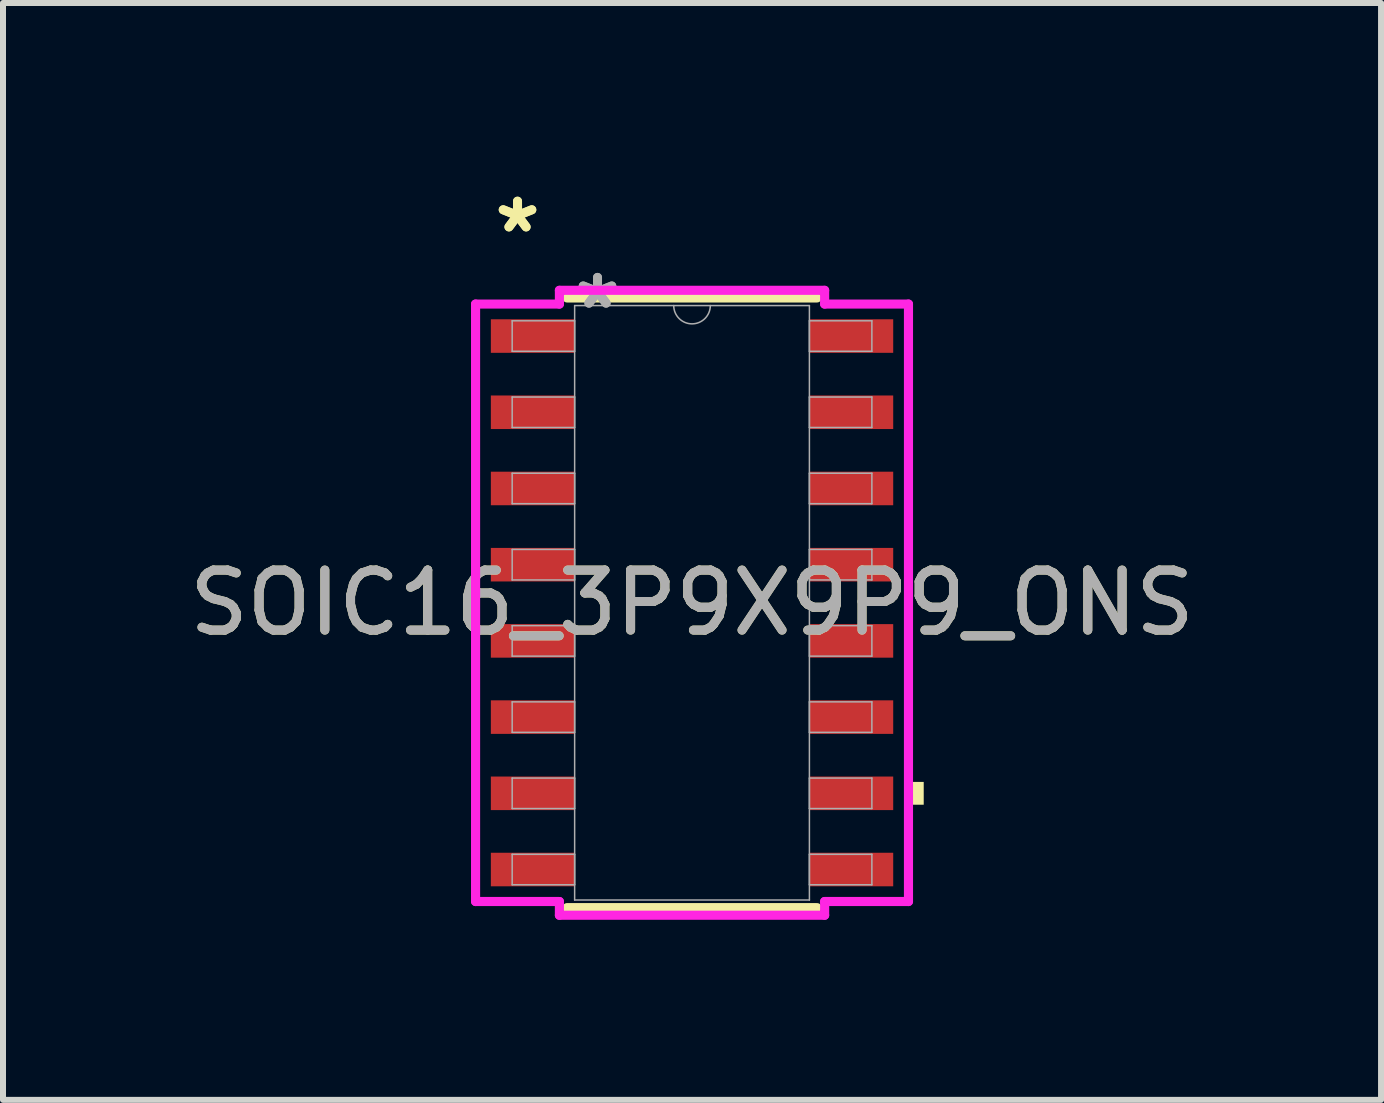
<source format=kicad_pcb>
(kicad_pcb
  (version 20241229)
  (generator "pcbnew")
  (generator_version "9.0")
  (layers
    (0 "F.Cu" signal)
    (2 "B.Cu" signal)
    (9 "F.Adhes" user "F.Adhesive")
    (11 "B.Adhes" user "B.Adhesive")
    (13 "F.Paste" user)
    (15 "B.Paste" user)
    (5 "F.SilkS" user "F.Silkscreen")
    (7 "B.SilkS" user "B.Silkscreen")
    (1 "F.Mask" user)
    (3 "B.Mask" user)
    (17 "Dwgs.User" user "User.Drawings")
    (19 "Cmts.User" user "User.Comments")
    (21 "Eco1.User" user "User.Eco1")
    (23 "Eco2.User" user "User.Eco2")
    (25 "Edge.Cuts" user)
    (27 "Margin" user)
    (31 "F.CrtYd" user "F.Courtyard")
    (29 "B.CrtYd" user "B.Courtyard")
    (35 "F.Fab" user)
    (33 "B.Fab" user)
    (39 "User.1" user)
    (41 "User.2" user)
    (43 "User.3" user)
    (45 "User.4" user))
  (footprint "SOIC16_3P9X9P9_ONS"
    (layer "F.Cu")
    (at 8.482 6.995)
    (property "Reference" "SOIC16_3P9X9P9_ONS" (at 0 0 0) (unlocked yes) (layer "F.SilkS") (effects (font (size 1 1) (thickness 0.15))))
    (attr smd)
    (fp_line (start -2.083 5.08) (end 2.083 5.08) (stroke (width 0.152) (type solid)) (layer "F.SilkS"))
    (fp_line (start 2.083 -5.08) (end -2.083 -5.08) (stroke (width 0.152) (type solid)) (layer "F.SilkS"))
    (fp_poly (pts (xy 3.861 2.985) (xy 3.861 3.365) (xy 3.607 3.365) (xy 3.607 2.985)) (stroke (width 0) (type solid)) (fill yes) (layer "F.SilkS"))
    (fp_line (start -3.607 -4.978) (end -2.21 -4.978) (stroke (width 0.152) (type solid)) (layer "F.CrtYd"))
    (fp_line (start -3.607 4.978) (end -3.607 -4.978) (stroke (width 0.152) (type solid)) (layer "F.CrtYd"))
    (fp_line (start -3.607 4.978) (end -2.21 4.978) (stroke (width 0.152) (type solid)) (layer "F.CrtYd"))
    (fp_line (start -2.21 -5.207) (end 2.21 -5.207) (stroke (width 0.152) (type solid)) (layer "F.CrtYd"))
    (fp_line (start -2.21 -4.978) (end -2.21 -5.207) (stroke (width 0.152) (type solid)) (layer "F.CrtYd"))
    (fp_line (start -2.21 5.207) (end -2.21 4.978) (stroke (width 0.152) (type solid)) (layer "F.CrtYd"))
    (fp_line (start 2.21 -5.207) (end 2.21 -4.978) (stroke (width 0.152) (type solid)) (layer "F.CrtYd"))
    (fp_line (start 2.21 4.978) (end 2.21 5.207) (stroke (width 0.152) (type solid)) (layer "F.CrtYd"))
    (fp_line (start 2.21 5.207) (end -2.21 5.207) (stroke (width 0.152) (type solid)) (layer "F.CrtYd"))
    (fp_line (start 3.607 -4.978) (end 2.21 -4.978) (stroke (width 0.152) (type solid)) (layer "F.CrtYd"))
    (fp_line (start 3.607 -4.978) (end 3.607 4.978) (stroke (width 0.152) (type solid)) (layer "F.CrtYd"))
    (fp_line (start 3.607 4.978) (end 2.21 4.978) (stroke (width 0.152) (type solid)) (layer "F.CrtYd"))
    (fp_line (start -2.997 -4.699) (end -2.997 -4.191) (stroke (width 0.025) (type solid)) (layer "F.Fab"))
    (fp_line (start -2.997 -4.191) (end -1.956 -4.191) (stroke (width 0.025) (type solid)) (layer "F.Fab"))
    (fp_line (start -2.997 -3.429) (end -2.997 -2.921) (stroke (width 0.025) (type solid)) (layer "F.Fab"))
    (fp_line (start -2.997 -2.921) (end -1.956 -2.921) (stroke (width 0.025) (type solid)) (layer "F.Fab"))
    (fp_line (start -2.997 -2.159) (end -2.997 -1.651) (stroke (width 0.025) (type solid)) (layer "F.Fab"))
    (fp_line (start -2.997 -1.651) (end -1.956 -1.651) (stroke (width 0.025) (type solid)) (layer "F.Fab"))
    (fp_line (start -2.997 -0.889) (end -2.997 -0.381) (stroke (width 0.025) (type solid)) (layer "F.Fab"))
    (fp_line (start -2.997 -0.381) (end -1.956 -0.381) (stroke (width 0.025) (type solid)) (layer "F.Fab"))
    (fp_line (start -2.997 0.381) (end -2.997 0.889) (stroke (width 0.025) (type solid)) (layer "F.Fab"))
    (fp_line (start -2.997 0.889) (end -1.956 0.889) (stroke (width 0.025) (type solid)) (layer "F.Fab"))
    (fp_line (start -2.997 1.651) (end -2.997 2.159) (stroke (width 0.025) (type solid)) (layer "F.Fab"))
    (fp_line (start -2.997 2.159) (end -1.956 2.159) (stroke (width 0.025) (type solid)) (layer "F.Fab"))
    (fp_line (start -2.997 2.921) (end -2.997 3.429) (stroke (width 0.025) (type solid)) (layer "F.Fab"))
    (fp_line (start -2.997 3.429) (end -1.956 3.429) (stroke (width 0.025) (type solid)) (layer "F.Fab"))
    (fp_line (start -2.997 4.191) (end -2.997 4.699) (stroke (width 0.025) (type solid)) (layer "F.Fab"))
    (fp_line (start -2.997 4.699) (end -1.956 4.699) (stroke (width 0.025) (type solid)) (layer "F.Fab"))
    (fp_line (start -1.956 -4.953) (end -1.956 4.953) (stroke (width 0.025) (type solid)) (layer "F.Fab"))
    (fp_line (start -1.956 -4.699) (end -2.997 -4.699) (stroke (width 0.025) (type solid)) (layer "F.Fab"))
    (fp_line (start -1.956 -4.191) (end -1.956 -4.699) (stroke (width 0.025) (type solid)) (layer "F.Fab"))
    (fp_line (start -1.956 -3.429) (end -2.997 -3.429) (stroke (width 0.025) (type solid)) (layer "F.Fab"))
    (fp_line (start -1.956 -2.921) (end -1.956 -3.429) (stroke (width 0.025) (type solid)) (layer "F.Fab"))
    (fp_line (start -1.956 -2.159) (end -2.997 -2.159) (stroke (width 0.025) (type solid)) (layer "F.Fab"))
    (fp_line (start -1.956 -1.651) (end -1.956 -2.159) (stroke (width 0.025) (type solid)) (layer "F.Fab"))
    (fp_line (start -1.956 -0.889) (end -2.997 -0.889) (stroke (width 0.025) (type solid)) (layer "F.Fab"))
    (fp_line (start -1.956 -0.381) (end -1.956 -0.889) (stroke (width 0.025) (type solid)) (layer "F.Fab"))
    (fp_line (start -1.956 0.381) (end -2.997 0.381) (stroke (width 0.025) (type solid)) (layer "F.Fab"))
    (fp_line (start -1.956 0.889) (end -1.956 0.381) (stroke (width 0.025) (type solid)) (layer "F.Fab"))
    (fp_line (start -1.956 1.651) (end -2.997 1.651) (stroke (width 0.025) (type solid)) (layer "F.Fab"))
    (fp_line (start -1.956 2.159) (end -1.956 1.651) (stroke (width 0.025) (type solid)) (layer "F.Fab"))
    (fp_line (start -1.956 2.921) (end -2.997 2.921) (stroke (width 0.025) (type solid)) (layer "F.Fab"))
    (fp_line (start -1.956 3.429) (end -1.956 2.921) (stroke (width 0.025) (type solid)) (layer "F.Fab"))
    (fp_line (start -1.956 4.191) (end -2.997 4.191) (stroke (width 0.025) (type solid)) (layer "F.Fab"))
    (fp_line (start -1.956 4.699) (end -1.956 4.191) (stroke (width 0.025) (type solid)) (layer "F.Fab"))
    (fp_line (start -1.956 4.953) (end 1.956 4.953) (stroke (width 0.025) (type solid)) (layer "F.Fab"))
    (fp_line (start 1.956 -4.953) (end -1.956 -4.953) (stroke (width 0.025) (type solid)) (layer "F.Fab"))
    (fp_line (start 1.956 -4.699) (end 1.956 -4.191) (stroke (width 0.025) (type solid)) (layer "F.Fab"))
    (fp_line (start 1.956 -4.191) (end 2.997 -4.191) (stroke (width 0.025) (type solid)) (layer "F.Fab"))
    (fp_line (start 1.956 -3.429) (end 1.956 -2.921) (stroke (width 0.025) (type solid)) (layer "F.Fab"))
    (fp_line (start 1.956 -2.921) (end 2.997 -2.921) (stroke (width 0.025) (type solid)) (layer "F.Fab"))
    (fp_line (start 1.956 -2.159) (end 1.956 -1.651) (stroke (width 0.025) (type solid)) (layer "F.Fab"))
    (fp_line (start 1.956 -1.651) (end 2.997 -1.651) (stroke (width 0.025) (type solid)) (layer "F.Fab"))
    (fp_line (start 1.956 -0.889) (end 1.956 -0.381) (stroke (width 0.025) (type solid)) (layer "F.Fab"))
    (fp_line (start 1.956 -0.381) (end 2.997 -0.381) (stroke (width 0.025) (type solid)) (layer "F.Fab"))
    (fp_line (start 1.956 0.381) (end 1.956 0.889) (stroke (width 0.025) (type solid)) (layer "F.Fab"))
    (fp_line (start 1.956 0.889) (end 2.997 0.889) (stroke (width 0.025) (type solid)) (layer "F.Fab"))
    (fp_line (start 1.956 1.651) (end 1.956 2.159) (stroke (width 0.025) (type solid)) (layer "F.Fab"))
    (fp_line (start 1.956 2.159) (end 2.997 2.159) (stroke (width 0.025) (type solid)) (layer "F.Fab"))
    (fp_line (start 1.956 2.921) (end 1.956 3.429) (stroke (width 0.025) (type solid)) (layer "F.Fab"))
    (fp_line (start 1.956 3.429) (end 2.997 3.429) (stroke (width 0.025) (type solid)) (layer "F.Fab"))
    (fp_line (start 1.956 4.191) (end 1.956 4.699) (stroke (width 0.025) (type solid)) (layer "F.Fab"))
    (fp_line (start 1.956 4.699) (end 2.997 4.699) (stroke (width 0.025) (type solid)) (layer "F.Fab"))
    (fp_line (start 1.956 4.953) (end 1.956 -4.953) (stroke (width 0.025) (type solid)) (layer "F.Fab"))
    (fp_line (start 2.997 -4.699) (end 1.956 -4.699) (stroke (width 0.025) (type solid)) (layer "F.Fab"))
    (fp_line (start 2.997 -4.191) (end 2.997 -4.699) (stroke (width 0.025) (type solid)) (layer "F.Fab"))
    (fp_line (start 2.997 -3.429) (end 1.956 -3.429) (stroke (width 0.025) (type solid)) (layer "F.Fab"))
    (fp_line (start 2.997 -2.921) (end 2.997 -3.429) (stroke (width 0.025) (type solid)) (layer "F.Fab"))
    (fp_line (start 2.997 -2.159) (end 1.956 -2.159) (stroke (width 0.025) (type solid)) (layer "F.Fab"))
    (fp_line (start 2.997 -1.651) (end 2.997 -2.159) (stroke (width 0.025) (type solid)) (layer "F.Fab"))
    (fp_line (start 2.997 -0.889) (end 1.956 -0.889) (stroke (width 0.025) (type solid)) (layer "F.Fab"))
    (fp_line (start 2.997 -0.381) (end 2.997 -0.889) (stroke (width 0.025) (type solid)) (layer "F.Fab"))
    (fp_line (start 2.997 0.381) (end 1.956 0.381) (stroke (width 0.025) (type solid)) (layer "F.Fab"))
    (fp_line (start 2.997 0.889) (end 2.997 0.381) (stroke (width 0.025) (type solid)) (layer "F.Fab"))
    (fp_line (start 2.997 1.651) (end 1.956 1.651) (stroke (width 0.025) (type solid)) (layer "F.Fab"))
    (fp_line (start 2.997 2.159) (end 2.997 1.651) (stroke (width 0.025) (type solid)) (layer "F.Fab"))
    (fp_line (start 2.997 2.921) (end 1.956 2.921) (stroke (width 0.025) (type solid)) (layer "F.Fab"))
    (fp_line (start 2.997 3.429) (end 2.997 2.921) (stroke (width 0.025) (type solid)) (layer "F.Fab"))
    (fp_line (start 2.997 4.191) (end 1.956 4.191) (stroke (width 0.025) (type solid)) (layer "F.Fab"))
    (fp_line (start 2.997 4.699) (end 2.997 4.191) (stroke (width 0.025) (type solid)) (layer "F.Fab"))
    (fp_arc (start 0.3048 -4.953) (mid 0 -4.6482) (end -0.3048 -4.953) (stroke (width 0.0254) (type solid)) (layer "F.Fab"))
    (fp_text user "*" (at -2.908 -6.147 0) (layer "F.SilkS") (effects (font (size 1 1) (thickness 0.15))))
    (fp_text user "*" (at -2.908 -6.147 0) (unlocked yes) (layer "F.SilkS") (effects (font (size 1 1) (thickness 0.15))))
    (fp_text user "*" (at -1.575 -4.877 0) (unlocked yes) (layer "F.Fab") (effects (font (size 1 1) (thickness 0.15))))
    (fp_text user "${REFERENCE}" (at 0 0 0) (unlocked yes) (layer "F.Fab") (effects (font (size 1 1) (thickness 0.15))))
    (fp_text user "*" (at -1.575 -4.877 0) (layer "F.Fab") (effects (font (size 1 1) (thickness 0.15))))
    (pad "1" smd rect (at -2.654 -4.445) (size 1.397 0.559) (layers "F.Cu" "F.Mask" "F.Paste"))
    (pad "2" smd rect (at -2.654 -3.175) (size 1.397 0.559) (layers "F.Cu" "F.Mask" "F.Paste"))
    (pad "3" smd rect (at -2.654 -1.905) (size 1.397 0.559) (layers "F.Cu" "F.Mask" "F.Paste"))
    (pad "4" smd rect (at -2.654 -0.635) (size 1.397 0.559) (layers "F.Cu" "F.Mask" "F.Paste"))
    (pad "5" smd rect (at -2.654 0.635) (size 1.397 0.559) (layers "F.Cu" "F.Mask" "F.Paste"))
    (pad "6" smd rect (at -2.654 1.905) (size 1.397 0.559) (layers "F.Cu" "F.Mask" "F.Paste"))
    (pad "7" smd rect (at -2.654 3.175) (size 1.397 0.559) (layers "F.Cu" "F.Mask" "F.Paste"))
    (pad "8" smd rect (at -2.654 4.445) (size 1.397 0.559) (layers "F.Cu" "F.Mask" "F.Paste"))
    (pad "9" smd rect (at 2.654 4.445) (size 1.397 0.559) (layers "F.Cu" "F.Mask" "F.Paste"))
    (pad "10" smd rect (at 2.654 3.175) (size 1.397 0.559) (layers "F.Cu" "F.Mask" "F.Paste"))
    (pad "11" smd rect (at 2.654 1.905) (size 1.397 0.559) (layers "F.Cu" "F.Mask" "F.Paste"))
    (pad "12" smd rect (at 2.654 0.635) (size 1.397 0.559) (layers "F.Cu" "F.Mask" "F.Paste"))
    (pad "13" smd rect (at 2.654 -0.635) (size 1.397 0.559) (layers "F.Cu" "F.Mask" "F.Paste"))
    (pad "14" smd rect (at 2.654 -1.905) (size 1.397 0.559) (layers "F.Cu" "F.Mask" "F.Paste"))
    (pad "15" smd rect (at 2.654 -3.175) (size 1.397 0.559) (layers "F.Cu" "F.Mask" "F.Paste"))
    (pad "16" smd rect (at 2.654 -4.445) (size 1.397 0.559) (layers "F.Cu" "F.Mask" "F.Paste")))
  (gr_rect
    (start -3 -3)
    (end 19.964 15.278)
    (stroke (width 0.1) (type default))
    (fill no)
    (layer "Edge.Cuts")))
</source>
